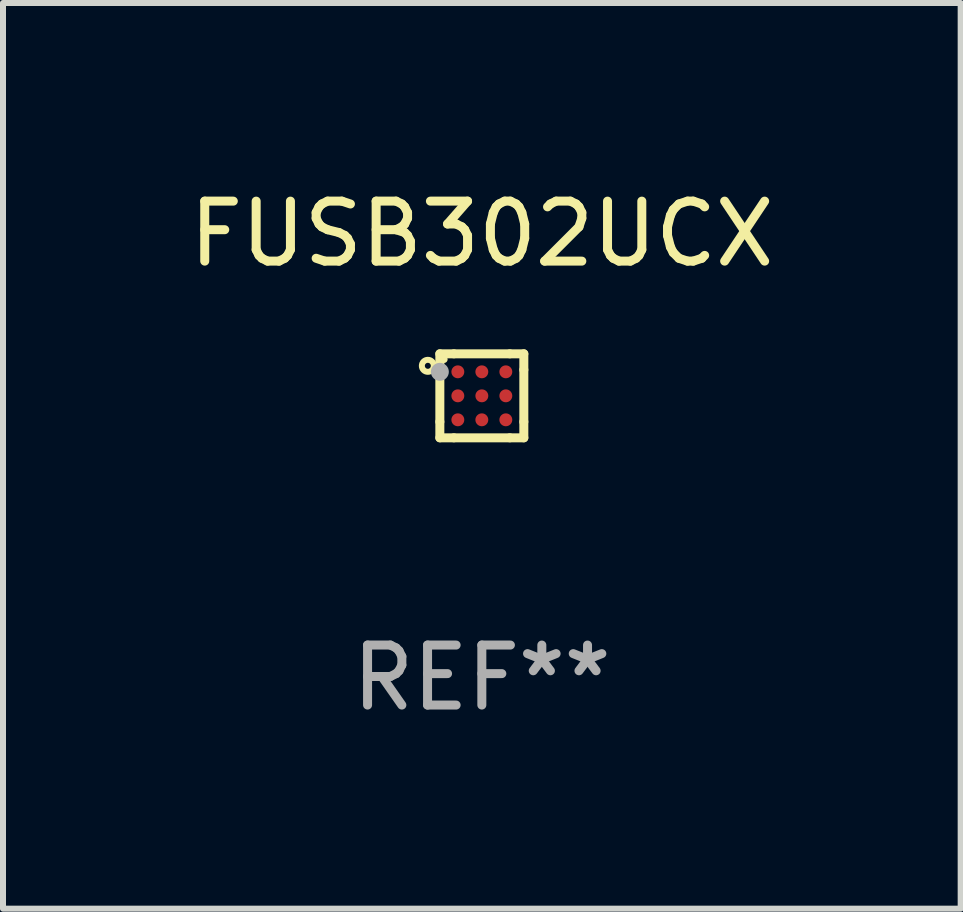
<source format=kicad_pcb>
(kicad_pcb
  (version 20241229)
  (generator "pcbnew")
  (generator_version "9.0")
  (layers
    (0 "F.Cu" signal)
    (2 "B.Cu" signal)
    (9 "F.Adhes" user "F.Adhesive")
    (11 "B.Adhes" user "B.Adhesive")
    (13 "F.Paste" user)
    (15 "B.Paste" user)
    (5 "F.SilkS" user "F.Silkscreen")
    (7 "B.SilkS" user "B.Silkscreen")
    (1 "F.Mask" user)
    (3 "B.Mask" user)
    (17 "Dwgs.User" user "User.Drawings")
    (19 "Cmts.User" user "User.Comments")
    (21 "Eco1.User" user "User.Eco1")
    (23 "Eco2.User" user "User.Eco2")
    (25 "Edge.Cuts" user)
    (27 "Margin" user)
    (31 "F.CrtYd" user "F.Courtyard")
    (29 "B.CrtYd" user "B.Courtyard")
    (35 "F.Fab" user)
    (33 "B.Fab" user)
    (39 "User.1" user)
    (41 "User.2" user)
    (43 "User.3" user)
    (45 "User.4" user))
  (footprint "FUSB302UCX"
    (layer "F.Cu")
    (at 4.982 3.548)
    (property "Reference" "FUSB302UCX" (at 0 -2.7 0) (layer "F.SilkS") (effects (font (size 1 1) (thickness 0.15))))
    (attr through_hole)
    (fp_line (start -0.7 -0.7) (end -0.7 -0.433) (stroke (width 0.15) (type solid)) (layer "F.SilkS"))
    (fp_line (start -0.7 0.433) (end -0.7 -0.433) (stroke (width 0.15) (type solid)) (layer "F.SilkS"))
    (fp_line (start -0.7 0.433) (end -0.7 0.7) (stroke (width 0.15) (type solid)) (layer "F.SilkS"))
    (fp_line (start -0.466 -0.7) (end -0.7 -0.7) (stroke (width 0.15) (type solid)) (layer "F.SilkS"))
    (fp_line (start -0.466 -0.7) (end 0.466 -0.7) (stroke (width 0.15) (type solid)) (layer "F.SilkS"))
    (fp_line (start -0.466 0.7) (end -0.7 0.7) (stroke (width 0.15) (type solid)) (layer "F.SilkS"))
    (fp_line (start 0.466 0.7) (end -0.466 0.7) (stroke (width 0.15) (type solid)) (layer "F.SilkS"))
    (fp_line (start 0.7 -0.7) (end 0.466 -0.7) (stroke (width 0.15) (type solid)) (layer "F.SilkS"))
    (fp_line (start 0.7 -0.7) (end 0.7 -0.433) (stroke (width 0.15) (type solid)) (layer "F.SilkS"))
    (fp_line (start 0.7 -0.433) (end 0.7 0.433) (stroke (width 0.15) (type solid)) (layer "F.SilkS"))
    (fp_line (start 0.7 0.433) (end 0.7 0.7) (stroke (width 0.15) (type solid)) (layer "F.SilkS"))
    (fp_line (start 0.7 0.7) (end 0.466 0.7) (stroke (width 0.15) (type solid)) (layer "F.SilkS"))
    (fp_circle (center -0.9 -0.5) (end -0.8 -0.5) (stroke (width 0.1) (type solid)) (fill no) (layer "F.SilkS"))
    (fp_circle (center -0.63 -0.607) (end -0.6 -0.607) (stroke (width 0.06) (type solid)) (fill no) (layer "F.SilkS"))
    (fp_circle (center -0.7 -0.4) (end -0.625 -0.4) (stroke (width 0.15) (type solid)) (fill no) (layer "F.Fab"))
    (fp_text user "REF**" (at 0 4.7 0) (layer "F.Fab") (effects (font (size 1 1) (thickness 0.15))))
    (pad "A1" smd circle (at -0.4 -0.4) (size 0.215 0.215) (layers "F.Cu" "F.Mask" "F.Paste"))
    (pad "A2" smd circle (at -0.000127 -0.4) (size 0.215 0.215) (layers "F.Cu" "F.Mask" "F.Paste"))
    (pad "A3" smd circle (at 0.4 -0.4) (size 0.215 0.215) (layers "F.Cu" "F.Mask" "F.Paste"))
    (pad "B1" smd circle (at -0.4 0.000178) (size 0.215 0.215) (layers "F.Cu" "F.Mask" "F.Paste"))
    (pad "B2" smd circle (at 0.000127 0.000178) (size 0.215 0.215) (layers "F.Cu" "F.Mask" "F.Paste"))
    (pad "B3" smd circle (at 0.4 0.000178) (size 0.215 0.215) (layers "F.Cu" "F.Mask" "F.Paste"))
    (pad "C1" smd circle (at -0.4 0.4) (size 0.215 0.215) (layers "F.Cu" "F.Mask" "F.Paste"))
    (pad "C2" smd circle (at -0.000127 0.4) (size 0.215 0.215) (layers "F.Cu" "F.Mask" "F.Paste"))
    (pad "C3" smd circle (at 0.4 0.4) (size 0.215 0.215) (layers "F.Cu" "F.Mask" "F.Paste")))
  (gr_rect
    (start -3 -3)
    (end 12.964 12.097)
    (stroke (width 0.1) (type default))
    (fill no)
    (layer "Edge.Cuts")))
</source>
